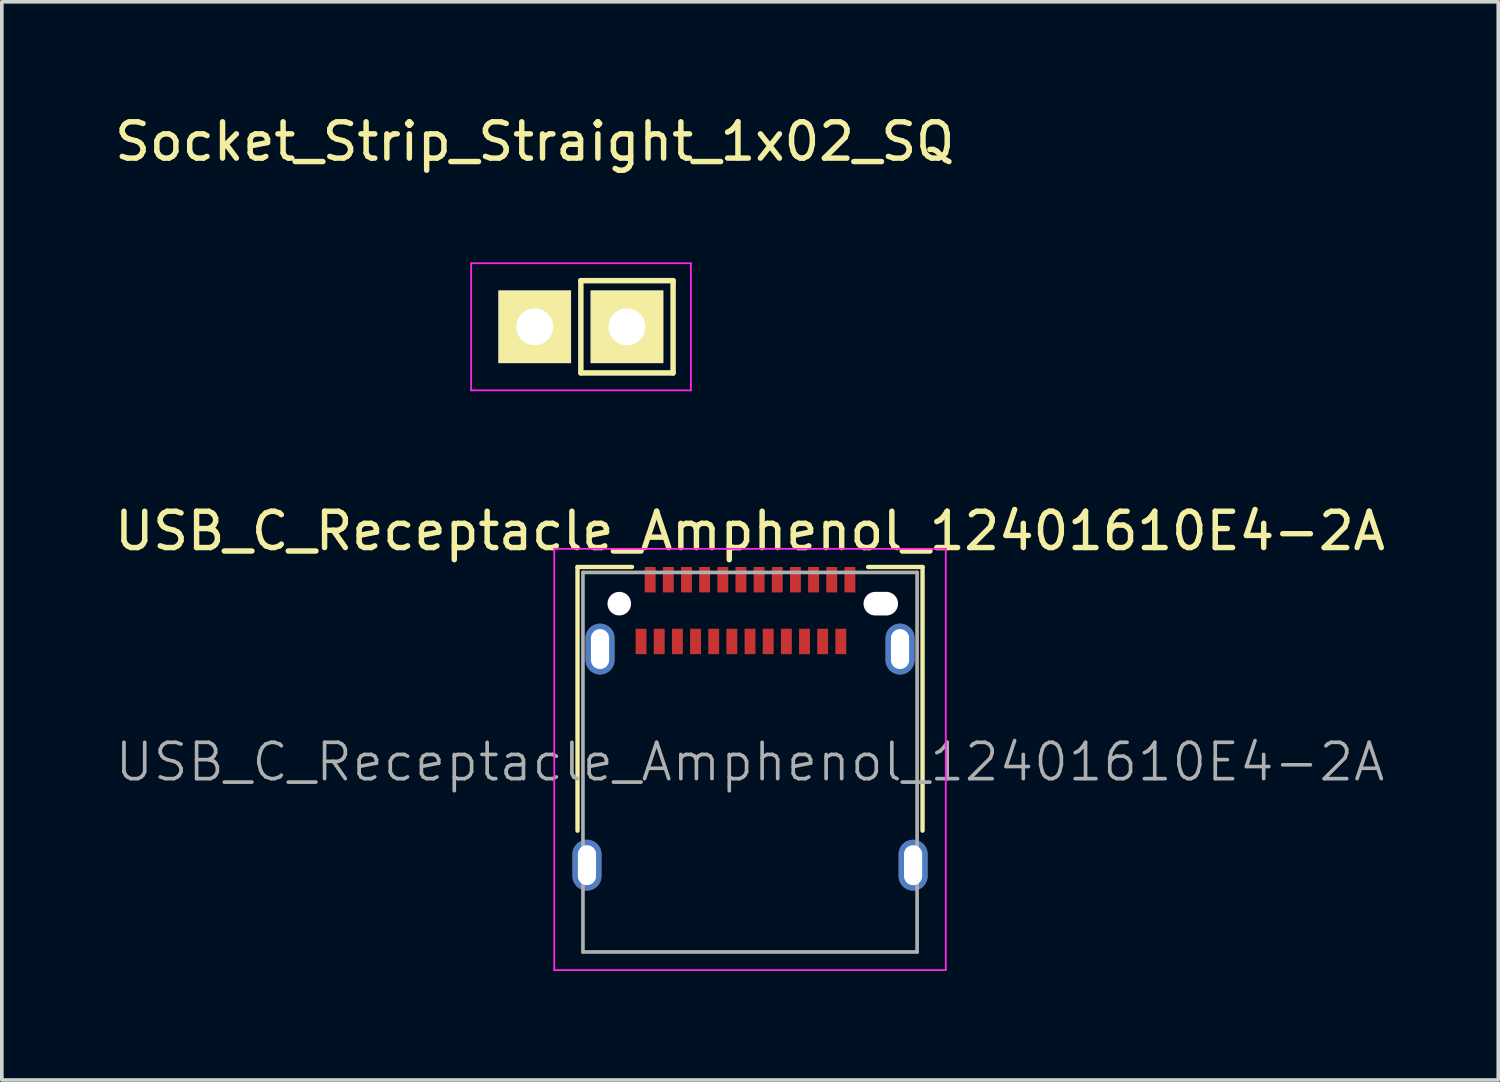
<source format=kicad_pcb>
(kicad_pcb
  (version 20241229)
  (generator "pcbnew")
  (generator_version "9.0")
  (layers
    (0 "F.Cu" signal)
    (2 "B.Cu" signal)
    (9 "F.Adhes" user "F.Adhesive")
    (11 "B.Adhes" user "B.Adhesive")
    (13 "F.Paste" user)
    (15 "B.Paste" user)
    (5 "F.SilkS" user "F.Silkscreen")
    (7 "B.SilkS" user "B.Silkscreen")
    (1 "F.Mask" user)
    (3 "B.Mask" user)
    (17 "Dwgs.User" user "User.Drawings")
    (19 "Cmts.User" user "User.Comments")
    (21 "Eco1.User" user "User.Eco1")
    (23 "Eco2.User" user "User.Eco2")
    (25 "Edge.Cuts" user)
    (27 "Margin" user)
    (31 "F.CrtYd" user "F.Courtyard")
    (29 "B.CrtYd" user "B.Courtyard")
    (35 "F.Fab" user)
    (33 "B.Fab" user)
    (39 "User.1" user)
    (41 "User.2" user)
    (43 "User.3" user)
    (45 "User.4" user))
  (footprint "Socket_Strip_Straight_1x02_SQ"
    (layer "F.Cu")
    (at 12.943 5.948)
    (property "Reference" "Socket_Strip_Straight_1x02_SQ" (at -1.27 -5.1 0) (layer "F.SilkS") (effects (font (size 1 1) (thickness 0.15))))
    (attr through_hole)
    (fp_line (start 0 -1.27) (end 2.54 -1.27) (stroke (width 0.15) (type solid)) (layer "F.SilkS"))
    (fp_line (start 0 1.27) (end 0 -1.27) (stroke (width 0.15) (type solid)) (layer "F.SilkS"))
    (fp_line (start 2.54 -1.27) (end 2.54 1.27) (stroke (width 0.15) (type solid)) (layer "F.SilkS"))
    (fp_line (start 2.54 1.27) (end 0 1.27) (stroke (width 0.15) (type solid)) (layer "F.SilkS"))
    (fp_line (start -3.02 -1.75) (end -3.02 1.75) (stroke (width 0.05) (type solid)) (layer "F.CrtYd"))
    (fp_line (start -3.02 -1.75) (end 3.03 -1.75) (stroke (width 0.05) (type solid)) (layer "F.CrtYd"))
    (fp_line (start -3.02 1.75) (end 3.03 1.75) (stroke (width 0.05) (type solid)) (layer "F.CrtYd"))
    (fp_line (start 3.03 -1.75) (end 3.03 1.75) (stroke (width 0.05) (type solid)) (layer "F.CrtYd"))
    (pad "1" thru_hole rect (at -1.27 0) (size 2 2) (drill 1.016) (layers "*.Cu" "*.Mask" "F.SilkS"))
    (pad "2" thru_hole rect (at 1.27 0) (size 2 2) (drill 1.016) (layers "*.Cu" "*.Mask" "F.SilkS")))
  (footprint "USB_C_Receptacle_Amphenol_12401610E4-2A"
    (layer "F.Cu")
    (at 17.601 17.931)
    (property "Reference" "USB_C_Receptacle_Amphenol_12401610E4-2A" (at 0 -6.36 0) (layer "F.SilkS") (effects (font (size 1 1) (thickness 0.15))))
    (attr smd)
    (fp_line (start -4.75 -5.37) (end -4.75 1.89) (stroke (width 0.12) (type solid)) (layer "F.SilkS"))
    (fp_line (start -4.75 -5.37) (end -3.25 -5.37) (stroke (width 0.12) (type solid)) (layer "F.SilkS"))
    (fp_line (start 3.25 -5.37) (end 4.75 -5.37) (stroke (width 0.12) (type solid)) (layer "F.SilkS"))
    (fp_line (start 4.75 -5.37) (end 4.75 1.89) (stroke (width 0.12) (type solid)) (layer "F.SilkS"))
    (fp_line (start -5.39 -5.87) (end 5.39 -5.87) (stroke (width 0.05) (type solid)) (layer "F.CrtYd"))
    (fp_line (start -5.39 5.73) (end -5.39 -5.87) (stroke (width 0.05) (type solid)) (layer "F.CrtYd"))
    (fp_line (start 5.39 -5.87) (end 5.39 5.73) (stroke (width 0.05) (type solid)) (layer "F.CrtYd"))
    (fp_line (start 5.39 5.73) (end -5.39 5.73) (stroke (width 0.05) (type solid)) (layer "F.CrtYd"))
    (fp_line (start -4.6 -5.22) (end 4.6 -5.22) (stroke (width 0.1) (type solid)) (layer "F.Fab"))
    (fp_line (start -4.6 5.23) (end -4.6 -5.22) (stroke (width 0.1) (type solid)) (layer "F.Fab"))
    (fp_line (start -4.6 5.23) (end 4.6 5.23) (stroke (width 0.1) (type solid)) (layer "F.Fab"))
    (fp_line (start 4.6 5.23) (end 4.6 -5.22) (stroke (width 0.1) (type solid)) (layer "F.Fab"))
    (fp_text user "${REFERENCE}" (at 0 0 0) (layer "F.Fab") (effects (font (size 1 1) (thickness 0.1))))
    (pad "" np_thru_hole circle (at -3.6 -4.36) (size 0.65 0.65) (drill 0.65) (layers "*.Cu" "*.Mask"))
    (pad "" np_thru_hole oval (at 3.6 -4.36) (size 0.95 0.65) (drill oval 0.95 0.65) (layers "*.Cu" "*.Mask"))
    (pad "A1" smd rect (at -2.75 -5.02) (size 0.3 0.7) (layers "F.Cu" "F.Mask" "F.Paste"))
    (pad "A2" smd rect (at -2.25 -5.02) (size 0.3 0.7) (layers "F.Cu" "F.Mask" "F.Paste"))
    (pad "A3" smd rect (at -1.75 -5.02) (size 0.3 0.7) (layers "F.Cu" "F.Mask" "F.Paste"))
    (pad "A4" smd rect (at -1.25 -5.02) (size 0.3 0.7) (layers "F.Cu" "F.Mask" "F.Paste"))
    (pad "A5" smd rect (at -0.75 -5.02) (size 0.3 0.7) (layers "F.Cu" "F.Mask" "F.Paste"))
    (pad "A6" smd rect (at -0.25 -5.02) (size 0.3 0.7) (layers "F.Cu" "F.Mask" "F.Paste"))
    (pad "A7" smd rect (at 0.25 -5.02) (size 0.3 0.7) (layers "F.Cu" "F.Mask" "F.Paste"))
    (pad "A8" smd rect (at 0.75 -5.02) (size 0.3 0.7) (layers "F.Cu" "F.Mask" "F.Paste"))
    (pad "A9" smd rect (at 1.25 -5.02) (size 0.3 0.7) (layers "F.Cu" "F.Mask" "F.Paste"))
    (pad "A10" smd rect (at 1.75 -5.02) (size 0.3 0.7) (layers "F.Cu" "F.Mask" "F.Paste"))
    (pad "A11" smd rect (at 2.25 -5.02) (size 0.3 0.7) (layers "F.Cu" "F.Mask" "F.Paste"))
    (pad "A12" smd rect (at 2.75 -5.02) (size 0.3 0.7) (layers "F.Cu" "F.Mask" "F.Paste"))
    (pad "B1" smd rect (at 2.5 -3.32) (size 0.3 0.7) (layers "F.Cu" "F.Mask" "F.Paste"))
    (pad "B2" smd rect (at 2 -3.32) (size 0.3 0.7) (layers "F.Cu" "F.Mask" "F.Paste"))
    (pad "B3" smd rect (at 1.5 -3.32) (size 0.3 0.7) (layers "F.Cu" "F.Mask" "F.Paste"))
    (pad "B4" smd rect (at 1 -3.32) (size 0.3 0.7) (layers "F.Cu" "F.Mask" "F.Paste"))
    (pad "B5" smd rect (at 0.5 -3.32) (size 0.3 0.7) (layers "F.Cu" "F.Mask" "F.Paste"))
    (pad "B6" smd rect (at 0 -3.32) (size 0.3 0.7) (layers "F.Cu" "F.Mask" "F.Paste"))
    (pad "B7" smd rect (at -0.5 -3.32) (size 0.3 0.7) (layers "F.Cu" "F.Mask" "F.Paste"))
    (pad "B8" smd rect (at -1 -3.32) (size 0.3 0.7) (layers "F.Cu" "F.Mask" "F.Paste"))
    (pad "B9" smd rect (at -1.5 -3.32) (size 0.3 0.7) (layers "F.Cu" "F.Mask" "F.Paste"))
    (pad "B10" smd rect (at -2 -3.32) (size 0.3 0.7) (layers "F.Cu" "F.Mask" "F.Paste"))
    (pad "B11" smd rect (at -2.5 -3.32) (size 0.3 0.7) (layers "F.Cu" "F.Mask" "F.Paste"))
    (pad "B12" smd rect (at -3 -3.32) (size 0.3 0.7) (layers "F.Cu" "F.Mask" "F.Paste"))
    (pad "S1" thru_hole oval (at -4.49 2.84) (size 0.8 1.4) (drill oval 0.5 1.1) (layers "*.Cu" "*.Mask"))
    (pad "S1" thru_hole oval (at -4.13 -3.11) (size 0.8 1.4) (drill oval 0.5 1.1) (layers "*.Cu" "*.Mask"))
    (pad "S1" thru_hole oval (at 4.13 -3.11) (size 0.8 1.4) (drill oval 0.5 1.1) (layers "*.Cu" "*.Mask"))
    (pad "S1" thru_hole oval (at 4.49 2.84) (size 0.8 1.4) (drill oval 0.5 1.1) (layers "*.Cu" "*.Mask")))
  (gr_rect
    (start -3 -3)
    (end 38.202 26.686)
    (stroke (width 0.1) (type default))
    (fill no)
    (layer "Edge.Cuts")))
</source>
